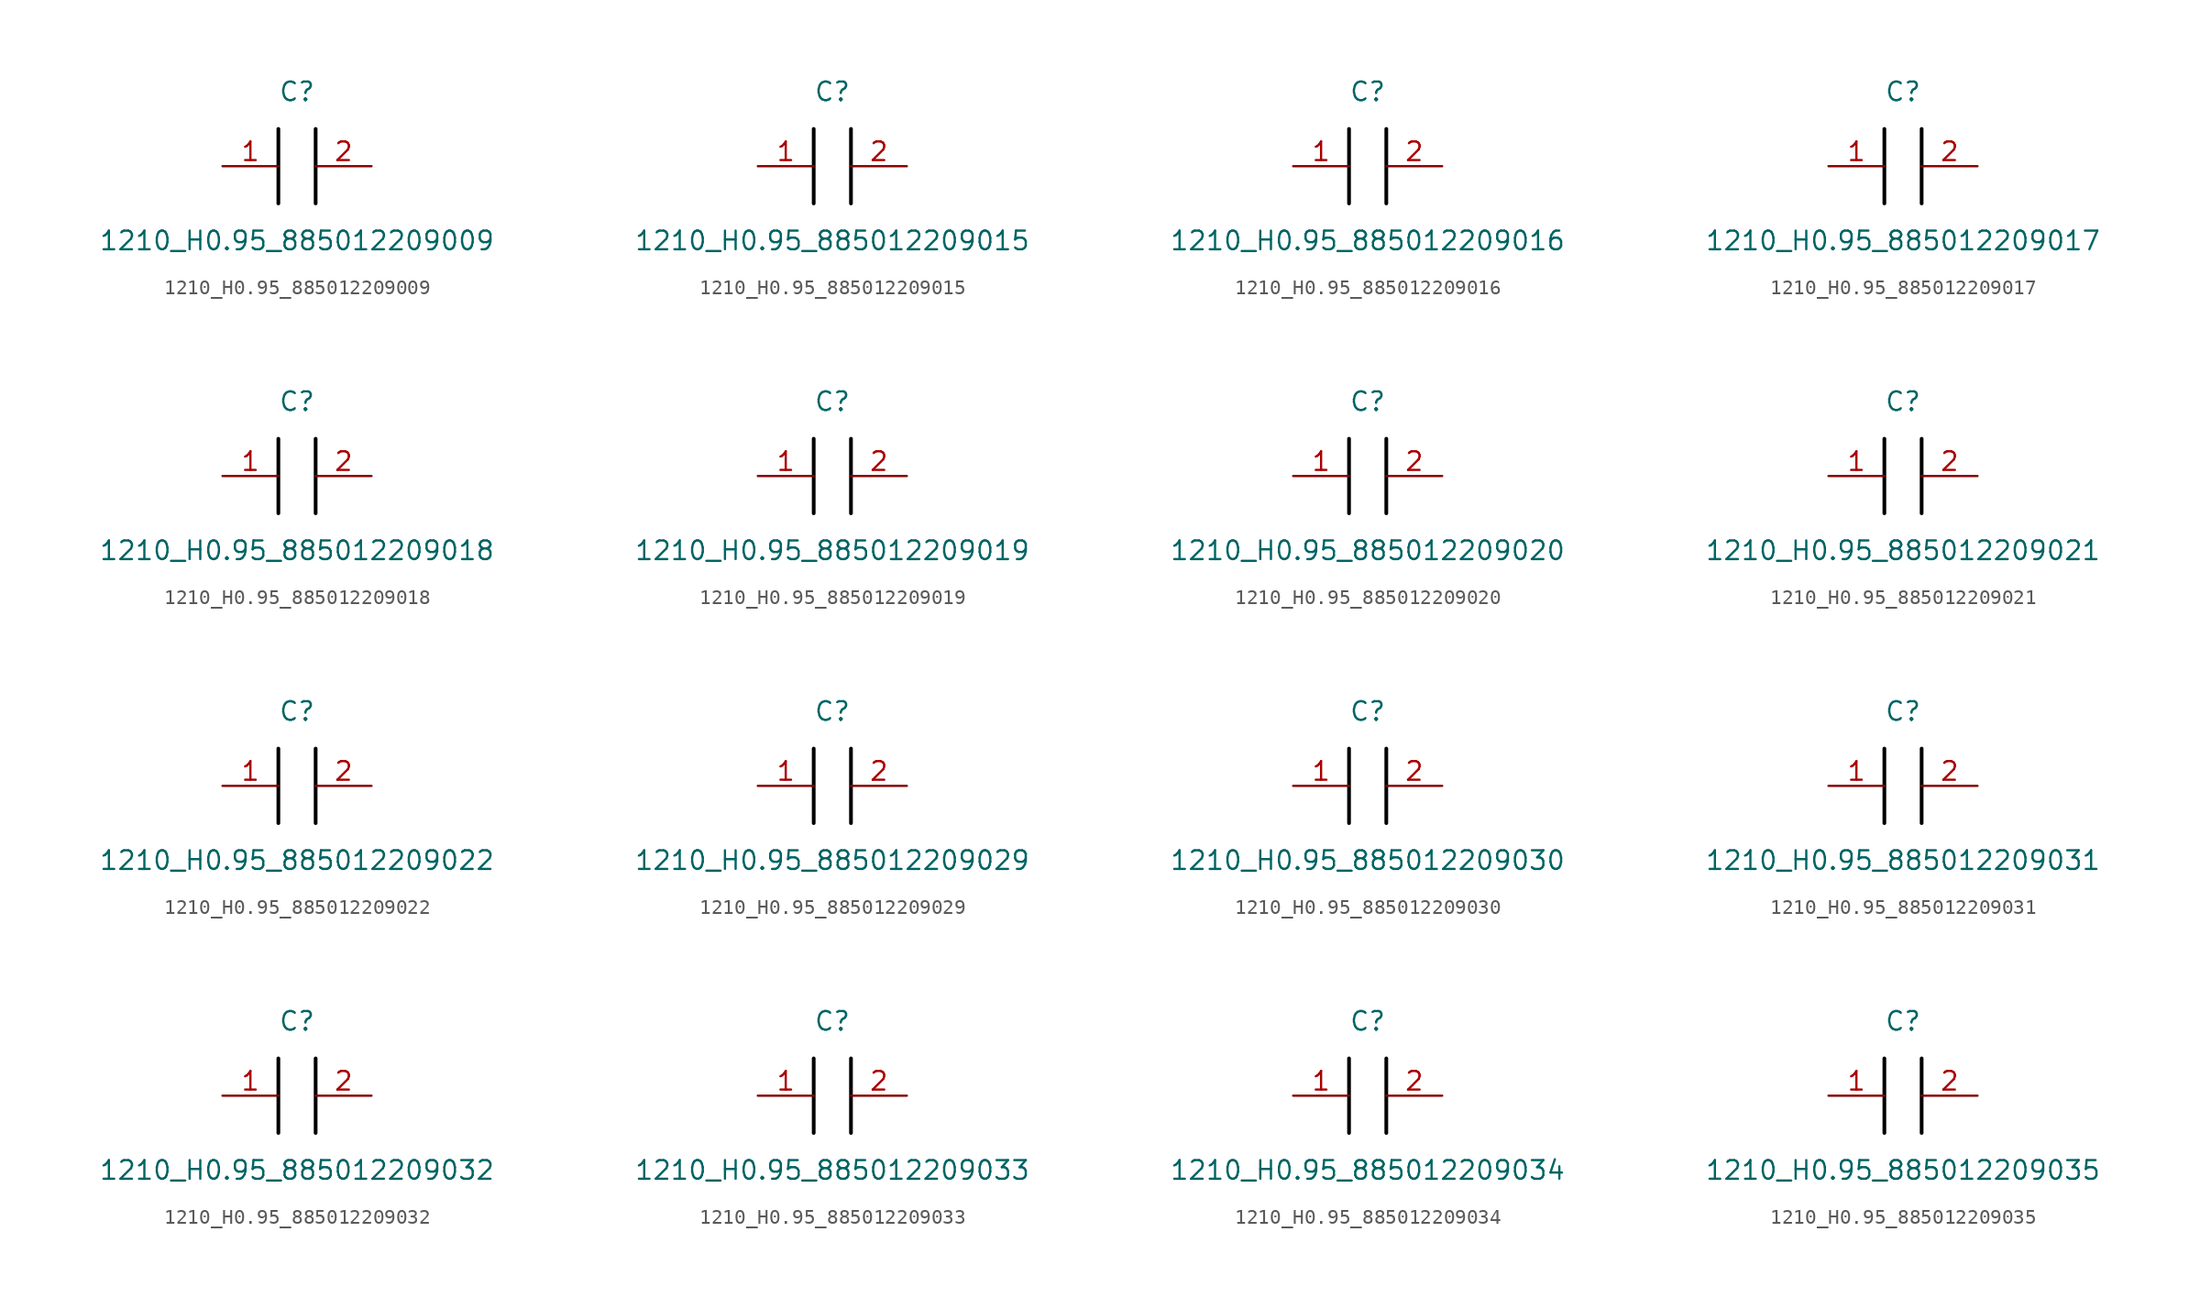
<source format=kicad_sym>
(kicad_symbol_lib
  (version 20220914)
  (generator kicad_symbol_editor)
  (symbol "1210_H0.95_885012209009"
    (pin_names hide)
    (property "Reference" "C"
      (at 0 5.08 0)
      (effects (font (size 1.27 1.27))))
    (property "Value" "1210_H0.95_885012209009"
      (at 0 -5.08 0)
      (effects (font (size 1.27 1.27))))
    (symbol "1210_H0.95_885012209009_1_1"
      (polyline (pts (xy -1.27 2.54) (xy -1.27 -2.54)) (stroke (width 0.254) (type default) (color 0 0 0 1)) (fill (type none)))
      (polyline (pts (xy 1.27 2.54) (xy 1.27 -2.54)) (stroke (width 0.254) (type default) (color 0 0 0 1)) (fill (type none)))
      (pin passive line (at -5.08 0 0) (length 3.81) (name "1" (effects (font (size 1.27 1.27)))) (number "1" (effects (font (size 1.27 1.27)))))
      (pin passive line (at 5.08 0 180) (length 3.81) (name "2" (effects (font (size 1.27 1.27)))) (number "2" (effects (font (size 1.27 1.27)))))))
  (symbol "1210_H0.95_885012209015"
    (pin_names hide)
    (property "Reference" "C"
      (at 0 5.08 0)
      (effects (font (size 1.27 1.27))))
    (property "Value" "1210_H0.95_885012209015"
      (at 0 -5.08 0)
      (effects (font (size 1.27 1.27))))
    (symbol "1210_H0.95_885012209015_1_1"
      (polyline (pts (xy -1.27 2.54) (xy -1.27 -2.54)) (stroke (width 0.254) (type default) (color 0 0 0 1)) (fill (type none)))
      (polyline (pts (xy 1.27 2.54) (xy 1.27 -2.54)) (stroke (width 0.254) (type default) (color 0 0 0 1)) (fill (type none)))
      (pin passive line (at -5.08 0 0) (length 3.81) (name "1" (effects (font (size 1.27 1.27)))) (number "1" (effects (font (size 1.27 1.27)))))
      (pin passive line (at 5.08 0 180) (length 3.81) (name "2" (effects (font (size 1.27 1.27)))) (number "2" (effects (font (size 1.27 1.27)))))))
  (symbol "1210_H0.95_885012209016"
    (pin_names hide)
    (property "Reference" "C"
      (at 0 5.08 0)
      (effects (font (size 1.27 1.27))))
    (property "Value" "1210_H0.95_885012209016"
      (at 0 -5.08 0)
      (effects (font (size 1.27 1.27))))
    (symbol "1210_H0.95_885012209016_1_1"
      (polyline (pts (xy -1.27 2.54) (xy -1.27 -2.54)) (stroke (width 0.254) (type default) (color 0 0 0 1)) (fill (type none)))
      (polyline (pts (xy 1.27 2.54) (xy 1.27 -2.54)) (stroke (width 0.254) (type default) (color 0 0 0 1)) (fill (type none)))
      (pin passive line (at -5.08 0 0) (length 3.81) (name "1" (effects (font (size 1.27 1.27)))) (number "1" (effects (font (size 1.27 1.27)))))
      (pin passive line (at 5.08 0 180) (length 3.81) (name "2" (effects (font (size 1.27 1.27)))) (number "2" (effects (font (size 1.27 1.27)))))))
  (symbol "1210_H0.95_885012209017"
    (pin_names hide)
    (property "Reference" "C"
      (at 0 5.08 0)
      (effects (font (size 1.27 1.27))))
    (property "Value" "1210_H0.95_885012209017"
      (at 0 -5.08 0)
      (effects (font (size 1.27 1.27))))
    (symbol "1210_H0.95_885012209017_1_1"
      (polyline (pts (xy -1.27 2.54) (xy -1.27 -2.54)) (stroke (width 0.254) (type default) (color 0 0 0 1)) (fill (type none)))
      (polyline (pts (xy 1.27 2.54) (xy 1.27 -2.54)) (stroke (width 0.254) (type default) (color 0 0 0 1)) (fill (type none)))
      (pin passive line (at -5.08 0 0) (length 3.81) (name "1" (effects (font (size 1.27 1.27)))) (number "1" (effects (font (size 1.27 1.27)))))
      (pin passive line (at 5.08 0 180) (length 3.81) (name "2" (effects (font (size 1.27 1.27)))) (number "2" (effects (font (size 1.27 1.27)))))))
  (symbol "1210_H0.95_885012209018"
    (pin_names hide)
    (property "Reference" "C"
      (at 0 5.08 0)
      (effects (font (size 1.27 1.27))))
    (property "Value" "1210_H0.95_885012209018"
      (at 0 -5.08 0)
      (effects (font (size 1.27 1.27))))
    (symbol "1210_H0.95_885012209018_1_1"
      (polyline (pts (xy -1.27 2.54) (xy -1.27 -2.54)) (stroke (width 0.254) (type default) (color 0 0 0 1)) (fill (type none)))
      (polyline (pts (xy 1.27 2.54) (xy 1.27 -2.54)) (stroke (width 0.254) (type default) (color 0 0 0 1)) (fill (type none)))
      (pin passive line (at -5.08 0 0) (length 3.81) (name "1" (effects (font (size 1.27 1.27)))) (number "1" (effects (font (size 1.27 1.27)))))
      (pin passive line (at 5.08 0 180) (length 3.81) (name "2" (effects (font (size 1.27 1.27)))) (number "2" (effects (font (size 1.27 1.27)))))))
  (symbol "1210_H0.95_885012209019"
    (pin_names hide)
    (property "Reference" "C"
      (at 0 5.08 0)
      (effects (font (size 1.27 1.27))))
    (property "Value" "1210_H0.95_885012209019"
      (at 0 -5.08 0)
      (effects (font (size 1.27 1.27))))
    (symbol "1210_H0.95_885012209019_1_1"
      (polyline (pts (xy -1.27 2.54) (xy -1.27 -2.54)) (stroke (width 0.254) (type default) (color 0 0 0 1)) (fill (type none)))
      (polyline (pts (xy 1.27 2.54) (xy 1.27 -2.54)) (stroke (width 0.254) (type default) (color 0 0 0 1)) (fill (type none)))
      (pin passive line (at -5.08 0 0) (length 3.81) (name "1" (effects (font (size 1.27 1.27)))) (number "1" (effects (font (size 1.27 1.27)))))
      (pin passive line (at 5.08 0 180) (length 3.81) (name "2" (effects (font (size 1.27 1.27)))) (number "2" (effects (font (size 1.27 1.27)))))))
  (symbol "1210_H0.95_885012209020"
    (pin_names hide)
    (property "Reference" "C"
      (at 0 5.08 0)
      (effects (font (size 1.27 1.27))))
    (property "Value" "1210_H0.95_885012209020"
      (at 0 -5.08 0)
      (effects (font (size 1.27 1.27))))
    (symbol "1210_H0.95_885012209020_1_1"
      (polyline (pts (xy -1.27 2.54) (xy -1.27 -2.54)) (stroke (width 0.254) (type default) (color 0 0 0 1)) (fill (type none)))
      (polyline (pts (xy 1.27 2.54) (xy 1.27 -2.54)) (stroke (width 0.254) (type default) (color 0 0 0 1)) (fill (type none)))
      (pin passive line (at -5.08 0 0) (length 3.81) (name "1" (effects (font (size 1.27 1.27)))) (number "1" (effects (font (size 1.27 1.27)))))
      (pin passive line (at 5.08 0 180) (length 3.81) (name "2" (effects (font (size 1.27 1.27)))) (number "2" (effects (font (size 1.27 1.27)))))))
  (symbol "1210_H0.95_885012209021"
    (pin_names hide)
    (property "Reference" "C"
      (at 0 5.08 0)
      (effects (font (size 1.27 1.27))))
    (property "Value" "1210_H0.95_885012209021"
      (at 0 -5.08 0)
      (effects (font (size 1.27 1.27))))
    (symbol "1210_H0.95_885012209021_1_1"
      (polyline (pts (xy -1.27 2.54) (xy -1.27 -2.54)) (stroke (width 0.254) (type default) (color 0 0 0 1)) (fill (type none)))
      (polyline (pts (xy 1.27 2.54) (xy 1.27 -2.54)) (stroke (width 0.254) (type default) (color 0 0 0 1)) (fill (type none)))
      (pin passive line (at -5.08 0 0) (length 3.81) (name "1" (effects (font (size 1.27 1.27)))) (number "1" (effects (font (size 1.27 1.27)))))
      (pin passive line (at 5.08 0 180) (length 3.81) (name "2" (effects (font (size 1.27 1.27)))) (number "2" (effects (font (size 1.27 1.27)))))))
  (symbol "1210_H0.95_885012209022"
    (pin_names hide)
    (property "Reference" "C"
      (at 0 5.08 0)
      (effects (font (size 1.27 1.27))))
    (property "Value" "1210_H0.95_885012209022"
      (at 0 -5.08 0)
      (effects (font (size 1.27 1.27))))
    (symbol "1210_H0.95_885012209022_1_1"
      (polyline (pts (xy -1.27 2.54) (xy -1.27 -2.54)) (stroke (width 0.254) (type default) (color 0 0 0 1)) (fill (type none)))
      (polyline (pts (xy 1.27 2.54) (xy 1.27 -2.54)) (stroke (width 0.254) (type default) (color 0 0 0 1)) (fill (type none)))
      (pin passive line (at -5.08 0 0) (length 3.81) (name "1" (effects (font (size 1.27 1.27)))) (number "1" (effects (font (size 1.27 1.27)))))
      (pin passive line (at 5.08 0 180) (length 3.81) (name "2" (effects (font (size 1.27 1.27)))) (number "2" (effects (font (size 1.27 1.27)))))))
  (symbol "1210_H0.95_885012209029"
    (pin_names hide)
    (property "Reference" "C"
      (at 0 5.08 0)
      (effects (font (size 1.27 1.27))))
    (property "Value" "1210_H0.95_885012209029"
      (at 0 -5.08 0)
      (effects (font (size 1.27 1.27))))
    (symbol "1210_H0.95_885012209029_1_1"
      (polyline (pts (xy -1.27 2.54) (xy -1.27 -2.54)) (stroke (width 0.254) (type default) (color 0 0 0 1)) (fill (type none)))
      (polyline (pts (xy 1.27 2.54) (xy 1.27 -2.54)) (stroke (width 0.254) (type default) (color 0 0 0 1)) (fill (type none)))
      (pin passive line (at -5.08 0 0) (length 3.81) (name "1" (effects (font (size 1.27 1.27)))) (number "1" (effects (font (size 1.27 1.27)))))
      (pin passive line (at 5.08 0 180) (length 3.81) (name "2" (effects (font (size 1.27 1.27)))) (number "2" (effects (font (size 1.27 1.27)))))))
  (symbol "1210_H0.95_885012209030"
    (pin_names hide)
    (property "Reference" "C"
      (at 0 5.08 0)
      (effects (font (size 1.27 1.27))))
    (property "Value" "1210_H0.95_885012209030"
      (at 0 -5.08 0)
      (effects (font (size 1.27 1.27))))
    (symbol "1210_H0.95_885012209030_1_1"
      (polyline (pts (xy -1.27 2.54) (xy -1.27 -2.54)) (stroke (width 0.254) (type default) (color 0 0 0 1)) (fill (type none)))
      (polyline (pts (xy 1.27 2.54) (xy 1.27 -2.54)) (stroke (width 0.254) (type default) (color 0 0 0 1)) (fill (type none)))
      (pin passive line (at -5.08 0 0) (length 3.81) (name "1" (effects (font (size 1.27 1.27)))) (number "1" (effects (font (size 1.27 1.27)))))
      (pin passive line (at 5.08 0 180) (length 3.81) (name "2" (effects (font (size 1.27 1.27)))) (number "2" (effects (font (size 1.27 1.27)))))))
  (symbol "1210_H0.95_885012209031"
    (pin_names hide)
    (property "Reference" "C"
      (at 0 5.08 0)
      (effects (font (size 1.27 1.27))))
    (property "Value" "1210_H0.95_885012209031"
      (at 0 -5.08 0)
      (effects (font (size 1.27 1.27))))
    (symbol "1210_H0.95_885012209031_1_1"
      (polyline (pts (xy -1.27 2.54) (xy -1.27 -2.54)) (stroke (width 0.254) (type default) (color 0 0 0 1)) (fill (type none)))
      (polyline (pts (xy 1.27 2.54) (xy 1.27 -2.54)) (stroke (width 0.254) (type default) (color 0 0 0 1)) (fill (type none)))
      (pin passive line (at -5.08 0 0) (length 3.81) (name "1" (effects (font (size 1.27 1.27)))) (number "1" (effects (font (size 1.27 1.27)))))
      (pin passive line (at 5.08 0 180) (length 3.81) (name "2" (effects (font (size 1.27 1.27)))) (number "2" (effects (font (size 1.27 1.27)))))))
  (symbol "1210_H0.95_885012209032"
    (pin_names hide)
    (property "Reference" "C"
      (at 0 5.08 0)
      (effects (font (size 1.27 1.27))))
    (property "Value" "1210_H0.95_885012209032"
      (at 0 -5.08 0)
      (effects (font (size 1.27 1.27))))
    (symbol "1210_H0.95_885012209032_1_1"
      (polyline (pts (xy -1.27 2.54) (xy -1.27 -2.54)) (stroke (width 0.254) (type default) (color 0 0 0 1)) (fill (type none)))
      (polyline (pts (xy 1.27 2.54) (xy 1.27 -2.54)) (stroke (width 0.254) (type default) (color 0 0 0 1)) (fill (type none)))
      (pin passive line (at -5.08 0 0) (length 3.81) (name "1" (effects (font (size 1.27 1.27)))) (number "1" (effects (font (size 1.27 1.27)))))
      (pin passive line (at 5.08 0 180) (length 3.81) (name "2" (effects (font (size 1.27 1.27)))) (number "2" (effects (font (size 1.27 1.27)))))))
  (symbol "1210_H0.95_885012209033"
    (pin_names hide)
    (property "Reference" "C"
      (at 0 5.08 0)
      (effects (font (size 1.27 1.27))))
    (property "Value" "1210_H0.95_885012209033"
      (at 0 -5.08 0)
      (effects (font (size 1.27 1.27))))
    (symbol "1210_H0.95_885012209033_1_1"
      (polyline (pts (xy -1.27 2.54) (xy -1.27 -2.54)) (stroke (width 0.254) (type default) (color 0 0 0 1)) (fill (type none)))
      (polyline (pts (xy 1.27 2.54) (xy 1.27 -2.54)) (stroke (width 0.254) (type default) (color 0 0 0 1)) (fill (type none)))
      (pin passive line (at -5.08 0 0) (length 3.81) (name "1" (effects (font (size 1.27 1.27)))) (number "1" (effects (font (size 1.27 1.27)))))
      (pin passive line (at 5.08 0 180) (length 3.81) (name "2" (effects (font (size 1.27 1.27)))) (number "2" (effects (font (size 1.27 1.27)))))))
  (symbol "1210_H0.95_885012209034"
    (pin_names hide)
    (property "Reference" "C"
      (at 0 5.08 0)
      (effects (font (size 1.27 1.27))))
    (property "Value" "1210_H0.95_885012209034"
      (at 0 -5.08 0)
      (effects (font (size 1.27 1.27))))
    (symbol "1210_H0.95_885012209034_1_1"
      (polyline (pts (xy -1.27 2.54) (xy -1.27 -2.54)) (stroke (width 0.254) (type default) (color 0 0 0 1)) (fill (type none)))
      (polyline (pts (xy 1.27 2.54) (xy 1.27 -2.54)) (stroke (width 0.254) (type default) (color 0 0 0 1)) (fill (type none)))
      (pin passive line (at -5.08 0 0) (length 3.81) (name "1" (effects (font (size 1.27 1.27)))) (number "1" (effects (font (size 1.27 1.27)))))
      (pin passive line (at 5.08 0 180) (length 3.81) (name "2" (effects (font (size 1.27 1.27)))) (number "2" (effects (font (size 1.27 1.27)))))))
  (symbol "1210_H0.95_885012209035"
    (pin_names hide)
    (property "Reference" "C"
      (at 0 5.08 0)
      (effects (font (size 1.27 1.27))))
    (property "Value" "1210_H0.95_885012209035"
      (at 0 -5.08 0)
      (effects (font (size 1.27 1.27))))
    (symbol "1210_H0.95_885012209035_1_1"
      (polyline (pts (xy -1.27 2.54) (xy -1.27 -2.54)) (stroke (width 0.254) (type default) (color 0 0 0 1)) (fill (type none)))
      (polyline (pts (xy 1.27 2.54) (xy 1.27 -2.54)) (stroke (width 0.254) (type default) (color 0 0 0 1)) (fill (type none)))
      (pin passive line (at -5.08 0 0) (length 3.81) (name "1" (effects (font (size 1.27 1.27)))) (number "1" (effects (font (size 1.27 1.27)))))
      (pin passive line (at 5.08 0 180) (length 3.81) (name "2" (effects (font (size 1.27 1.27)))) (number "2" (effects (font (size 1.27 1.27))))))))
</source>
